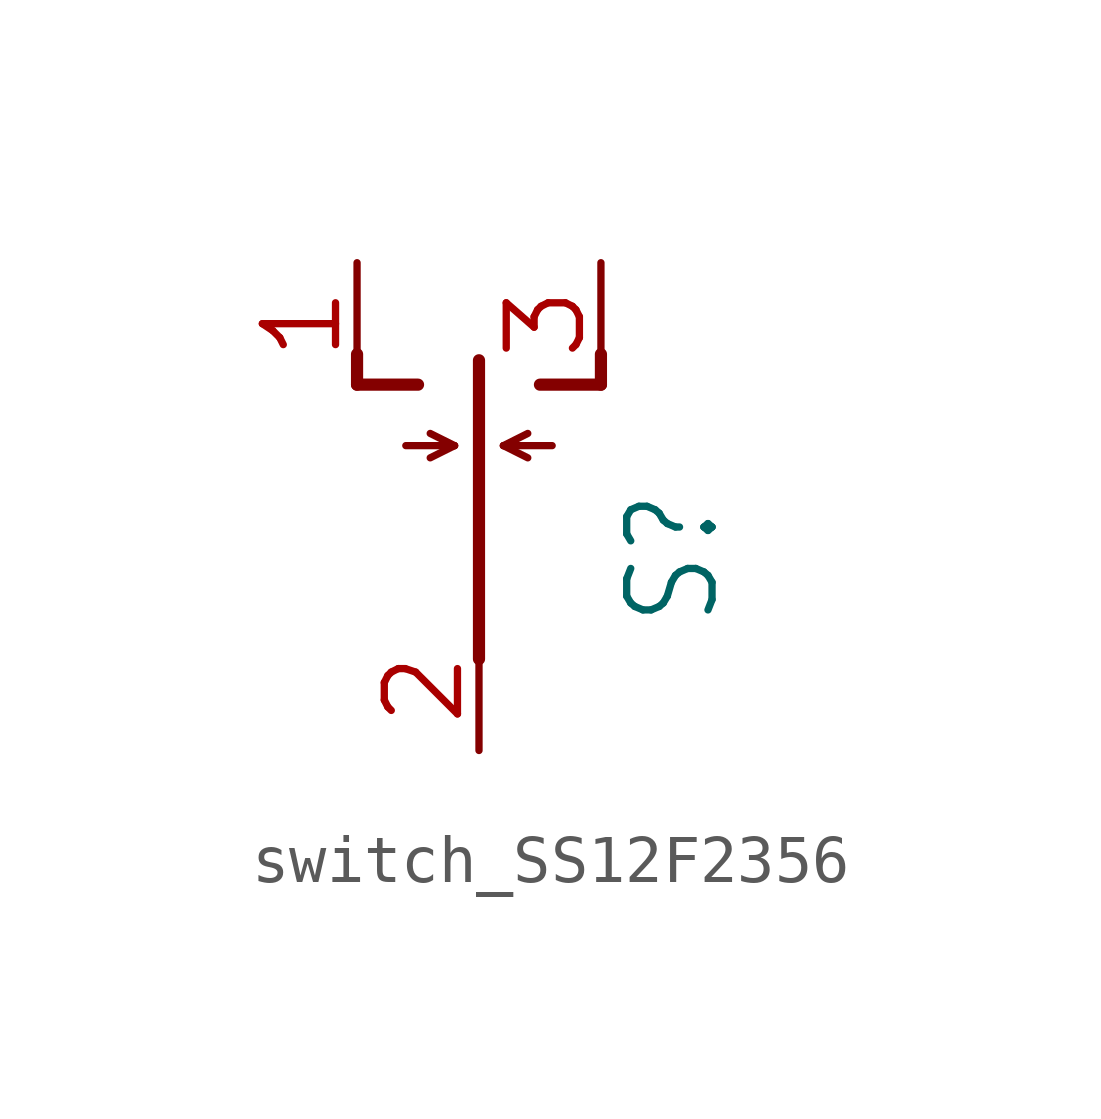
<source format=kicad_sym>
(kicad_symbol_lib
  (version 20241209)
  (generator "kicad_symbol_editor")
  (generator_version "9.0")
  (symbol "switch_SS12F2356"
    (property "Reference" "S"
      (at 5.08 -2.54 90)
      (effects (font (size 1.778 1.511)) (justify left bottom)))
    (property "Value" ""
      (at 7.62 -2.54 90)
      (effects (font (size 1.778 1.511)) (justify left bottom)))
    (property "ki_locked" ""
      (at 0 0 0)
      (effects (font (size 1.27 1.27))))
    (symbol "switch_SS12F2356_1_0"
      (polyline (pts (xy -2.54 2.54) (xy -2.54 3.175)) (stroke (width 0.254) (type solid)) (fill (type none)))
      (polyline (pts (xy -2.54 2.54) (xy -1.27 2.54)) (stroke (width 0.254) (type solid)) (fill (type none)))
      (polyline (pts (xy -1.524 1.27) (xy -0.508 1.27)) (stroke (width 0.152) (type solid)) (fill (type none)))
      (polyline (pts (xy -0.508 1.27) (xy -1.016 1.524)) (stroke (width 0.152) (type solid)) (fill (type none)))
      (polyline (pts (xy -0.508 1.27) (xy -1.016 1.016)) (stroke (width 0.152) (type solid)) (fill (type none)))
      (polyline (pts (xy 0 -3.175) (xy 0 3.048)) (stroke (width 0.254) (type solid)) (fill (type none)))
      (polyline (pts (xy 0.508 1.27) (xy 1.016 1.524)) (stroke (width 0.152) (type solid)) (fill (type none)))
      (polyline (pts (xy 0.508 1.27) (xy 1.016 1.016)) (stroke (width 0.152) (type solid)) (fill (type none)))
      (polyline (pts (xy 0.508 1.27) (xy 1.524 1.27)) (stroke (width 0.152) (type solid)) (fill (type none)))
      (polyline (pts (xy 1.27 2.54) (xy 2.54 2.54)) (stroke (width 0.254) (type solid)) (fill (type none)))
      (polyline (pts (xy 2.54 2.54) (xy 2.54 3.175)) (stroke (width 0.254) (type solid)) (fill (type none)))
      (pin passive line (at -2.54 5.08 270) (length 2.54) (name "O" (effects (font (size 0 0)))) (number "1" (effects (font (size 1.524 1.524)))))
      (pin passive line (at 0 -5.08 90) (length 2.54) (name "P" (effects (font (size 0 0)))) (number "2" (effects (font (size 1.524 1.524)))))
      (pin passive line (at 2.54 5.08 270) (length 2.54) (name "S" (effects (font (size 0 0)))) (number "3" (effects (font (size 1.524 1.524))))))))
</source>
